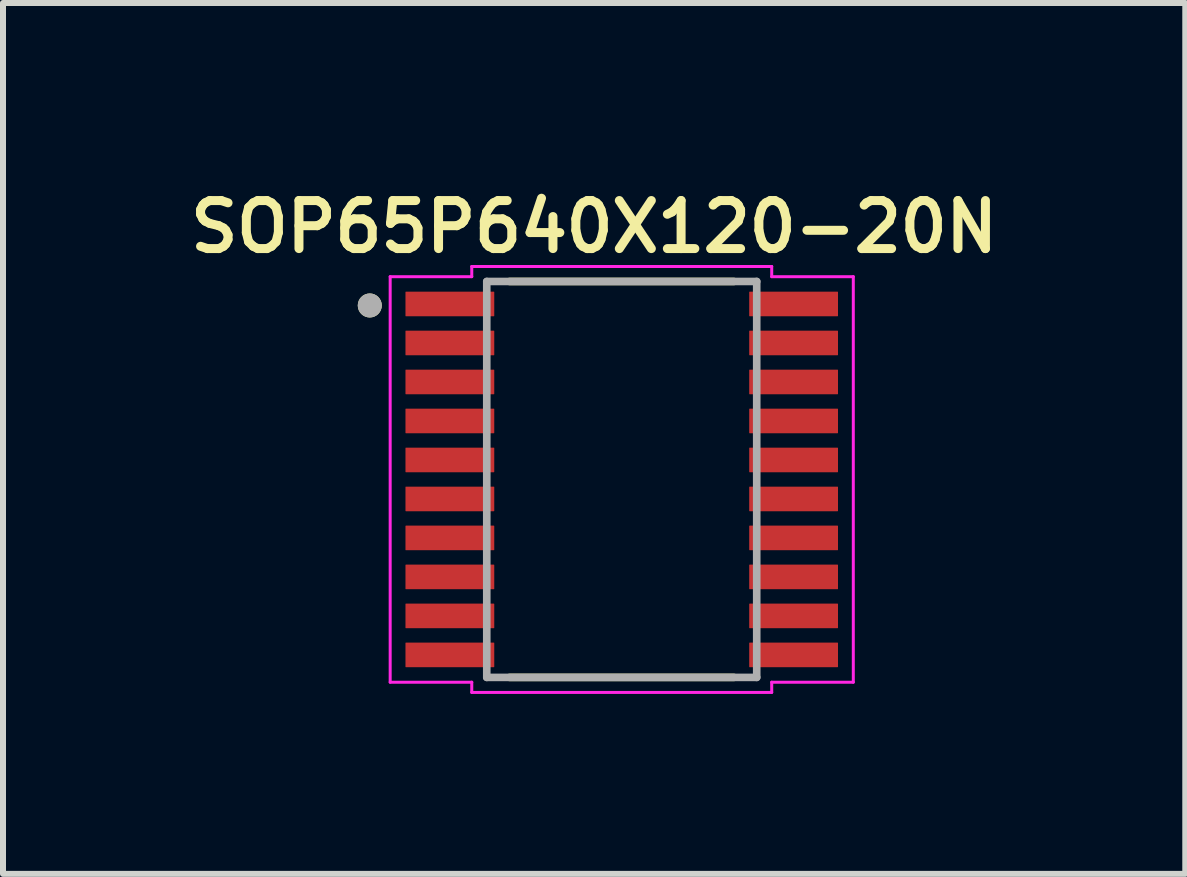
<source format=kicad_pcb>
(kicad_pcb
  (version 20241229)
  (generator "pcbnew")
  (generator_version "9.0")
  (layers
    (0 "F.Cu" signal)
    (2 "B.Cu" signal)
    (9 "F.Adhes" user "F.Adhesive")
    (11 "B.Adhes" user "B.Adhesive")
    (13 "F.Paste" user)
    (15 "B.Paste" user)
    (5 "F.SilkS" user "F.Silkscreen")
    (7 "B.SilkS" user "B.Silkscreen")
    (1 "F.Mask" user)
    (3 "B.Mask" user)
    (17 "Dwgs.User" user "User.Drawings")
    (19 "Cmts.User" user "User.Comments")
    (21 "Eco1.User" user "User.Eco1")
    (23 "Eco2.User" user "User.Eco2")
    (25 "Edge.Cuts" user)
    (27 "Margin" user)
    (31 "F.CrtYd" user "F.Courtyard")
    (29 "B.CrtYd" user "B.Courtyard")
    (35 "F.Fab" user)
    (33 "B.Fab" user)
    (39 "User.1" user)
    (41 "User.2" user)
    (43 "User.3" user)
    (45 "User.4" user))
  (footprint "SOP65P640X120-20N"
    (layer "F.Cu")
    (at 7.314 4.942)
    (property "Reference" "SOP65P640X120-20N" (at -0.46 -4.211 0) (layer "F.SilkS") (effects (font (size 0.801 0.801) (thickness 0.15))))
    (attr through_hole)
    (fp_line (start -1.869 -3.3) (end 1.869 -3.3) (stroke (width 0.127) (type solid)) (layer "F.SilkS"))
    (fp_line (start -1.869 3.3) (end 1.869 3.3) (stroke (width 0.127) (type solid)) (layer "F.SilkS"))
    (fp_circle (center -4.2 -2.9) (end -4.1 -2.9) (stroke (width 0.2) (type solid)) (fill no) (layer "F.SilkS"))
    (fp_line (start -3.86 -3.38) (end -2.5 -3.38) (stroke (width 0.05) (type solid)) (layer "F.CrtYd"))
    (fp_line (start -3.86 3.38) (end -3.86 -3.38) (stroke (width 0.05) (type solid)) (layer "F.CrtYd"))
    (fp_line (start -2.5 -3.55) (end 2.5 -3.55) (stroke (width 0.05) (type solid)) (layer "F.CrtYd"))
    (fp_line (start -2.5 -3.38) (end -2.5 -3.55) (stroke (width 0.05) (type solid)) (layer "F.CrtYd"))
    (fp_line (start -2.5 3.38) (end -3.86 3.38) (stroke (width 0.05) (type solid)) (layer "F.CrtYd"))
    (fp_line (start -2.5 3.55) (end -2.5 3.38) (stroke (width 0.05) (type solid)) (layer "F.CrtYd"))
    (fp_line (start 2.5 -3.55) (end 2.5 -3.38) (stroke (width 0.05) (type solid)) (layer "F.CrtYd"))
    (fp_line (start 2.5 -3.38) (end 3.86 -3.38) (stroke (width 0.05) (type solid)) (layer "F.CrtYd"))
    (fp_line (start 2.5 3.38) (end 2.5 3.55) (stroke (width 0.05) (type solid)) (layer "F.CrtYd"))
    (fp_line (start 2.5 3.55) (end -2.5 3.55) (stroke (width 0.05) (type solid)) (layer "F.CrtYd"))
    (fp_line (start 3.86 -3.38) (end 3.86 3.38) (stroke (width 0.05) (type solid)) (layer "F.CrtYd"))
    (fp_line (start 3.86 3.38) (end 2.5 3.38) (stroke (width 0.05) (type solid)) (layer "F.CrtYd"))
    (fp_line (start -2.25 -3.3) (end 2.25 -3.3) (stroke (width 0.127) (type solid)) (layer "F.Fab"))
    (fp_line (start -2.25 3.3) (end -2.25 -3.3) (stroke (width 0.127) (type solid)) (layer "F.Fab"))
    (fp_line (start 2.25 -3.3) (end 2.25 3.3) (stroke (width 0.127) (type solid)) (layer "F.Fab"))
    (fp_line (start 2.25 3.3) (end -2.25 3.3) (stroke (width 0.127) (type solid)) (layer "F.Fab"))
    (fp_circle (center -4.2 -2.9) (end -4.1 -2.9) (stroke (width 0.2) (type solid)) (fill no) (layer "F.Fab"))
    (pad "1" smd roundrect (at -2.865 -2.925) (size 1.48 0.41) (layers "F.Cu" "F.Mask" "F.Paste") (roundrect_rratio 0.02))
    (pad "2" smd roundrect (at -2.865 -2.275) (size 1.48 0.41) (layers "F.Cu" "F.Mask" "F.Paste") (roundrect_rratio 0.02))
    (pad "3" smd roundrect (at -2.865 -1.625) (size 1.48 0.41) (layers "F.Cu" "F.Mask" "F.Paste") (roundrect_rratio 0.02))
    (pad "4" smd roundrect (at -2.865 -0.975) (size 1.48 0.41) (layers "F.Cu" "F.Mask" "F.Paste") (roundrect_rratio 0.02))
    (pad "5" smd roundrect (at -2.865 -0.325) (size 1.48 0.41) (layers "F.Cu" "F.Mask" "F.Paste") (roundrect_rratio 0.02))
    (pad "6" smd roundrect (at -2.865 0.325) (size 1.48 0.41) (layers "F.Cu" "F.Mask" "F.Paste") (roundrect_rratio 0.02))
    (pad "7" smd roundrect (at -2.865 0.975) (size 1.48 0.41) (layers "F.Cu" "F.Mask" "F.Paste") (roundrect_rratio 0.02))
    (pad "8" smd roundrect (at -2.865 1.625) (size 1.48 0.41) (layers "F.Cu" "F.Mask" "F.Paste") (roundrect_rratio 0.02))
    (pad "9" smd roundrect (at -2.865 2.275) (size 1.48 0.41) (layers "F.Cu" "F.Mask" "F.Paste") (roundrect_rratio 0.02))
    (pad "10" smd roundrect (at -2.865 2.925) (size 1.48 0.41) (layers "F.Cu" "F.Mask" "F.Paste") (roundrect_rratio 0.02))
    (pad "11" smd roundrect (at 2.865 2.925 180) (size 1.48 0.41) (layers "F.Cu" "F.Mask" "F.Paste") (roundrect_rratio 0.02))
    (pad "12" smd roundrect (at 2.865 2.275 180) (size 1.48 0.41) (layers "F.Cu" "F.Mask" "F.Paste") (roundrect_rratio 0.02))
    (pad "13" smd roundrect (at 2.865 1.625 180) (size 1.48 0.41) (layers "F.Cu" "F.Mask" "F.Paste") (roundrect_rratio 0.02))
    (pad "14" smd roundrect (at 2.865 0.975 180) (size 1.48 0.41) (layers "F.Cu" "F.Mask" "F.Paste") (roundrect_rratio 0.02))
    (pad "15" smd roundrect (at 2.865 0.325 180) (size 1.48 0.41) (layers "F.Cu" "F.Mask" "F.Paste") (roundrect_rratio 0.02))
    (pad "16" smd roundrect (at 2.865 -0.325 180) (size 1.48 0.41) (layers "F.Cu" "F.Mask" "F.Paste") (roundrect_rratio 0.02))
    (pad "17" smd roundrect (at 2.865 -0.975 180) (size 1.48 0.41) (layers "F.Cu" "F.Mask" "F.Paste") (roundrect_rratio 0.02))
    (pad "18" smd roundrect (at 2.865 -1.625 180) (size 1.48 0.41) (layers "F.Cu" "F.Mask" "F.Paste") (roundrect_rratio 0.02))
    (pad "19" smd roundrect (at 2.865 -2.275 180) (size 1.48 0.41) (layers "F.Cu" "F.Mask" "F.Paste") (roundrect_rratio 0.02))
    (pad "20" smd roundrect (at 2.865 -2.925 180) (size 1.48 0.41) (layers "F.Cu" "F.Mask" "F.Paste") (roundrect_rratio 0.02)))
  (gr_rect
    (start -3 -3)
    (end 16.708 11.517)
    (stroke (width 0.1) (type default))
    (fill no)
    (layer "Edge.Cuts")))
</source>
